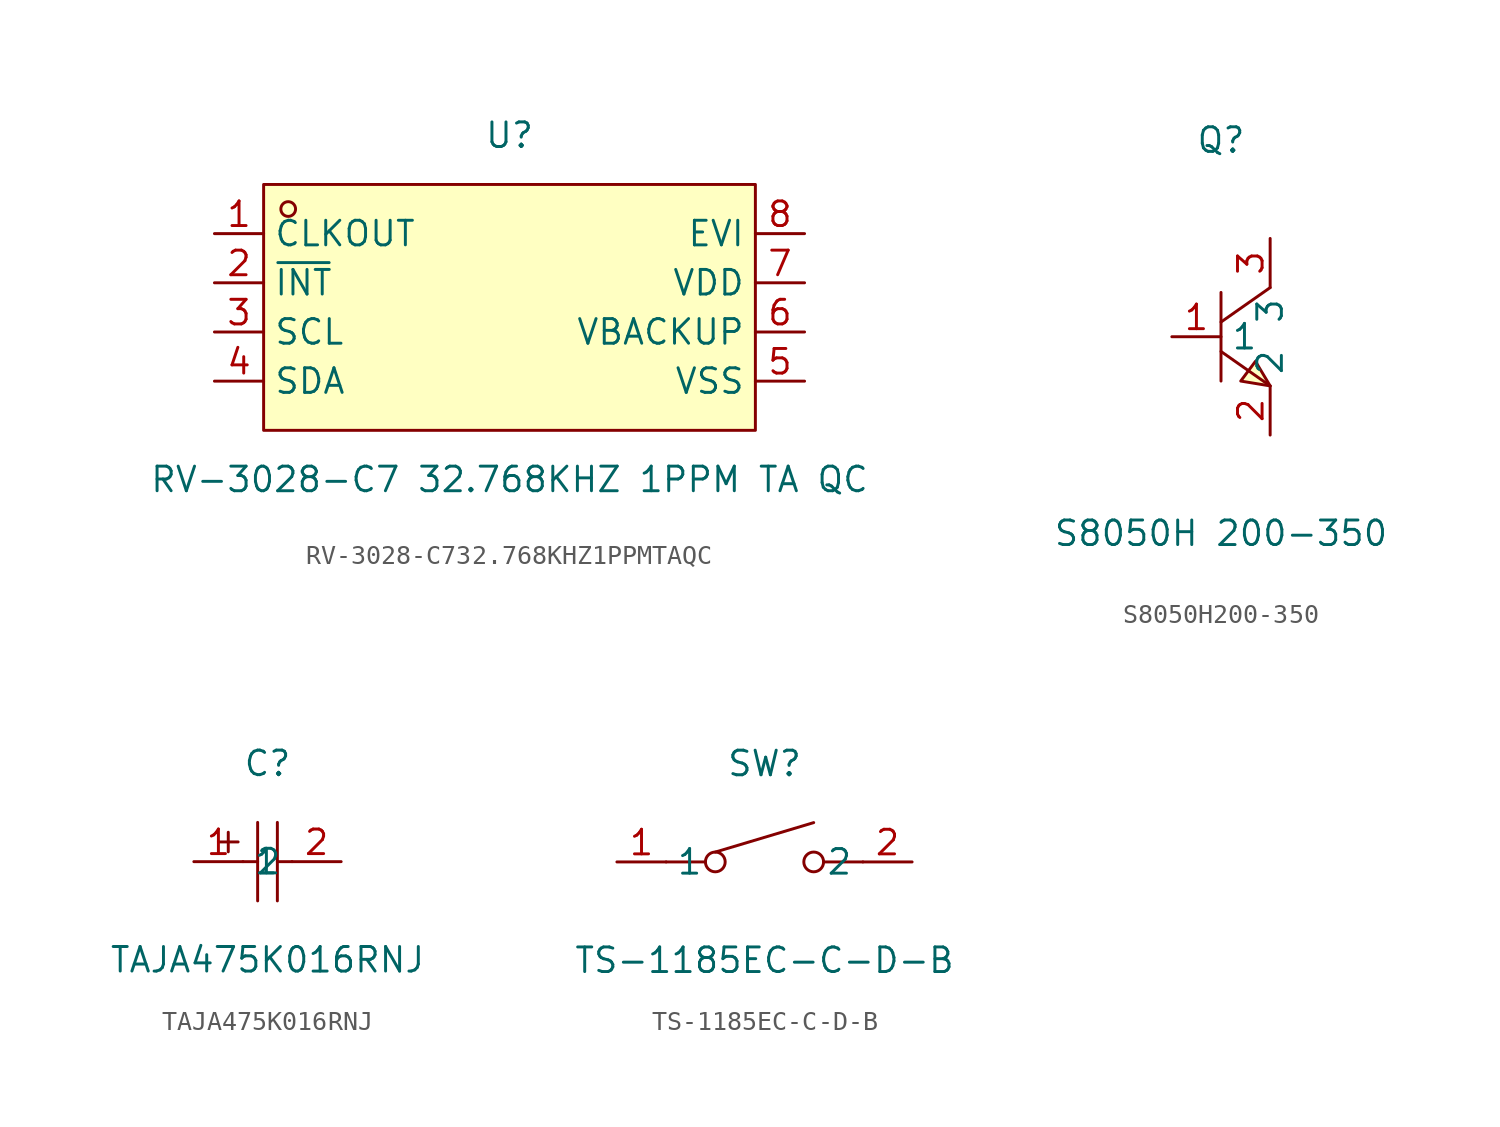
<source format=kicad_sym>
(kicad_symbol_lib
  (version 20211014)
  (generator https://github.com/uPesy/easyeda2kicad.py)
  (symbol "RV-3028-C732.768KHZ1PPMTAQC"
    (property "Reference" "U"
      (at 0 8.89 0)
      (effects (font (size 1.27 1.27))))
    (property "Value" "RV-3028-C7 32.768KHZ 1PPM TA QC"
      (at 0 -8.89 0)
      (effects (font (size 1.27 1.27))))
    (symbol "RV-3028-C732.768KHZ1PPMTAQC_0_1"
      (rectangle (start -12.70 6.35) (end 12.70 -6.35) (stroke (width 0) (type default) (color 0 0 0 0)) (fill (type background)))
      (circle (center -11.43 5.08) (radius 0.38) (stroke (width 0) (type default) (color 0 0 0 0)) (fill (type none)))
      (pin unspecified line (at -15.24 3.81 0) (length 2.54) (name "CLKOUT" (effects (font (size 1.27 1.27)))) (number "1" (effects (font (size 1.27 1.27)))))
      (pin unspecified line (at -15.24 1.27 0) (length 2.54) (name "~{INT}" (effects (font (size 1.27 1.27)))) (number "2" (effects (font (size 1.27 1.27)))))
      (pin unspecified line (at -15.24 -1.27 0) (length 2.54) (name "SCL" (effects (font (size 1.27 1.27)))) (number "3" (effects (font (size 1.27 1.27)))))
      (pin unspecified line (at -15.24 -3.81 0) (length 2.54) (name "SDA" (effects (font (size 1.27 1.27)))) (number "4" (effects (font (size 1.27 1.27)))))
      (pin unspecified line (at 15.24 -3.81 180) (length 2.54) (name "VSS" (effects (font (size 1.27 1.27)))) (number "5" (effects (font (size 1.27 1.27)))))
      (pin unspecified line (at 15.24 -1.27 180) (length 2.54) (name "VBACKUP" (effects (font (size 1.27 1.27)))) (number "6" (effects (font (size 1.27 1.27)))))
      (pin unspecified line (at 15.24 1.27 180) (length 2.54) (name "VDD" (effects (font (size 1.27 1.27)))) (number "7" (effects (font (size 1.27 1.27)))))
      (pin unspecified line (at 15.24 3.81 180) (length 2.54) (name "EVI" (effects (font (size 1.27 1.27)))) (number "8" (effects (font (size 1.27 1.27)))))))
  (symbol "S8050H200-350"
    (property "Reference" "Q"
      (at 0 10.16 0)
      (effects (font (size 1.27 1.27))))
    (property "Value" "S8050H 200-350"
      (at 0 -10.16 0)
      (effects (font (size 1.27 1.27))))
    (symbol "S8050H200-350_0_1"
      (polyline (pts (xy 2.54 2.54) (xy 0.00 0.76)) (stroke (width 0) (type default) (color 0 0 0 0)) (fill (type none)))
      (polyline (pts (xy 0.00 -0.76) (xy 2.54 -2.54)) (stroke (width 0) (type default) (color 0 0 0 0)) (fill (type none)))
      (polyline (pts (xy 0.00 2.29) (xy 0.00 -2.29)) (stroke (width 0) (type default) (color 0 0 0 0)) (fill (type none)))
      (polyline (pts (xy 2.54 -2.54) (xy 1.78 -1.27) (xy 1.02 -2.29) (xy 2.54 -2.54)) (stroke (width 0) (type default) (color 0 0 0 0)) (fill (type background)))
      (pin input line (at -2.54 -0.00 0) (length 2.54) (name "1" (effects (font (size 1.27 1.27)))) (number "1" (effects (font (size 1.27 1.27)))))
      (pin input line (at 2.54 5.08 270) (length 2.54) (name "3" (effects (font (size 1.27 1.27)))) (number "3" (effects (font (size 1.27 1.27)))))
      (pin input line (at 2.54 -5.08 90) (length 2.54) (name "2" (effects (font (size 1.27 1.27)))) (number "2" (effects (font (size 1.27 1.27)))))))
  (symbol "TAJA475K016RNJ"
    (property "Reference" "C"
      (at 0 5.08 0)
      (effects (font (size 1.27 1.27))))
    (property "Value" "TAJA475K016RNJ"
      (at 0 -5.08 0)
      (effects (font (size 1.27 1.27))))
    (symbol "TAJA475K016RNJ_0_1"
      (polyline (pts (xy -0.51 2.03) (xy -0.51 -2.03)) (stroke (width 0) (type default) (color 0 0 0 0)) (fill (type none)))
      (polyline (pts (xy 0.51 2.03) (xy 0.51 -2.03)) (stroke (width 0) (type default) (color 0 0 0 0)) (fill (type none)))
      (polyline (pts (xy -1.27 -0.00) (xy -0.51 -0.00)) (stroke (width 0) (type default) (color 0 0 0 0)) (fill (type none)))
      (polyline (pts (xy 0.51 -0.00) (xy 1.27 -0.00)) (stroke (width 0) (type default) (color 0 0 0 0)) (fill (type none)))
      (polyline (pts (xy -2.54 1.02) (xy -1.52 1.02)) (stroke (width 0) (type default) (color 0 0 0 0)) (fill (type none)))
      (polyline (pts (xy -2.03 1.52) (xy -2.03 0.51)) (stroke (width 0) (type default) (color 0 0 0 0)) (fill (type none)))
      (pin input line (at -3.81 -0.00 0) (length 2.54) (name "1" (effects (font (size 1.27 1.27)))) (number "1" (effects (font (size 1.27 1.27)))))
      (pin input line (at 3.81 -0.00 180) (length 2.54) (name "2" (effects (font (size 1.27 1.27)))) (number "2" (effects (font (size 1.27 1.27)))))))
  (symbol "TS-1185EC-C-D-B"
    (property "Reference" "SW"
      (at 0 5.08 0)
      (effects (font (size 1.27 1.27))))
    (property "Value" "TS-1185EC-C-D-B"
      (at 0 -5.08 0)
      (effects (font (size 1.27 1.27))))
    (symbol "TS-1185EC-C-D-B_0_1"
      (circle (center 2.54 -0.00) (radius 0.51) (stroke (width 0) (type default) (color 0 0 0 0)) (fill (type none)))
      (circle (center -2.54 -0.00) (radius 0.51) (stroke (width 0) (type default) (color 0 0 0 0)) (fill (type none)))
      (polyline (pts (xy -2.54 0.51) (xy 2.54 2.03)) (stroke (width 0) (type default) (color 0 0 0 0)) (fill (type none)))
      (polyline (pts (xy -5.08 -0.00) (xy -3.05 -0.00)) (stroke (width 0) (type default) (color 0 0 0 0)) (fill (type none)))
      (polyline (pts (xy 3.05 -0.00) (xy 5.08 -0.00)) (stroke (width 0) (type default) (color 0 0 0 0)) (fill (type none)))
      (pin unspecified line (at 7.62 -0.00 180) (length 2.54) (name "2" (effects (font (size 1.27 1.27)))) (number "2" (effects (font (size 1.27 1.27)))))
      (pin unspecified line (at -7.62 -0.00 0) (length 2.54) (name "1" (effects (font (size 1.27 1.27)))) (number "1" (effects (font (size 1.27 1.27))))))))
</source>
